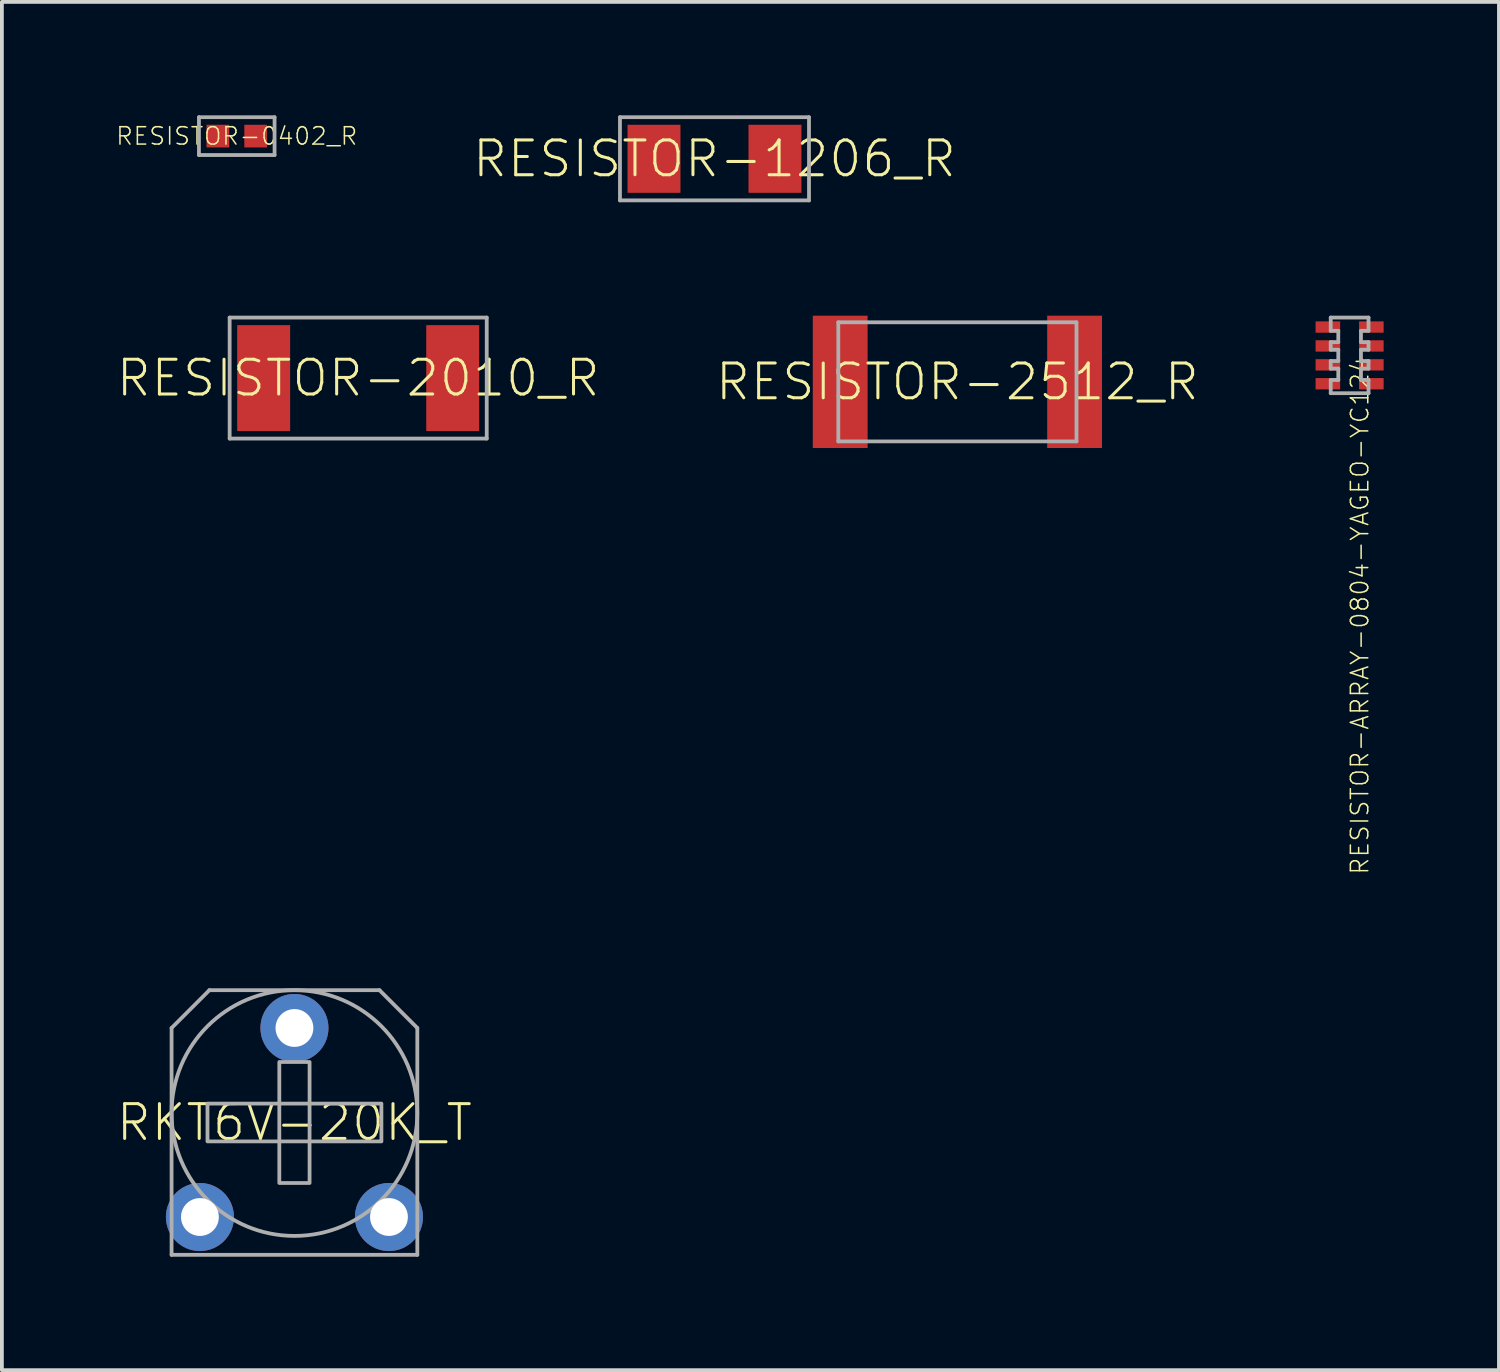
<source format=kicad_pcb>
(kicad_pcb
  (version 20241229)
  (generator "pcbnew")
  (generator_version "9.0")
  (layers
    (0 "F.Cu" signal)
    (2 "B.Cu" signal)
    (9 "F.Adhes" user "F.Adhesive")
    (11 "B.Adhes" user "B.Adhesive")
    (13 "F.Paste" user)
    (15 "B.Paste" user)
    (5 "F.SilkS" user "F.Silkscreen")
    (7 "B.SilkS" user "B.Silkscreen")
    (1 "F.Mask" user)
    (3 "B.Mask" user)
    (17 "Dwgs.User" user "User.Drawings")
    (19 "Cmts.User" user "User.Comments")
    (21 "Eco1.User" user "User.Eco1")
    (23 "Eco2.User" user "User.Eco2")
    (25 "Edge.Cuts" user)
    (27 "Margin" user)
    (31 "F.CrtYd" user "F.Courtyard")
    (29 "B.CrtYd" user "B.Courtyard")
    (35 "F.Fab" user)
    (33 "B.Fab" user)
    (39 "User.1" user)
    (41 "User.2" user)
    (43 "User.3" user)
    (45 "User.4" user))
  (footprint "RESISTOR-ARRAY-0804-YAGEO-YC124"
    (layer "F.Cu")
    (at 32.647 6.35)
    (property "Reference" "RESISTOR-ARRAY-0804-YAGEO-YC124" (at 0 0 90) (unlocked yes) (layer "F.SilkS") (effects (font (size 0.46 0.46) (thickness 0.04)) (justify right top)))
    (fp_poly (pts (xy -0.95 -0.95) (xy -0.95 -0.55) (xy -0.2 -0.55) (xy -0.2 -0.95)) (stroke (width 0) (type default)) (fill yes) (layer "F.Mask"))
    (fp_poly (pts (xy -0.95 -0.45) (xy -0.95 -0.05) (xy -0.2 -0.05) (xy -0.2 -0.45)) (stroke (width 0) (type default)) (fill yes) (layer "F.Mask"))
    (fp_poly (pts (xy -0.95 0.05) (xy -0.95 0.45) (xy -0.2 0.45) (xy -0.2 0.05)) (stroke (width 0) (type default)) (fill yes) (layer "F.Mask"))
    (fp_poly (pts (xy -0.95 0.55) (xy -0.95 0.95) (xy -0.2 0.95) (xy -0.2 0.55)) (stroke (width 0) (type default)) (fill yes) (layer "F.Mask"))
    (fp_poly (pts (xy 0.2 -0.95) (xy 0.2 -0.55) (xy 0.95 -0.55) (xy 0.95 -0.95)) (stroke (width 0) (type default)) (fill yes) (layer "F.Mask"))
    (fp_poly (pts (xy 0.2 -0.45) (xy 0.2 -0.05) (xy 0.95 -0.05) (xy 0.95 -0.45)) (stroke (width 0) (type default)) (fill yes) (layer "F.Mask"))
    (fp_poly (pts (xy 0.2 0.05) (xy 0.2 0.45) (xy 0.95 0.45) (xy 0.95 0.05)) (stroke (width 0) (type default)) (fill yes) (layer "F.Mask"))
    (fp_poly (pts (xy 0.2 0.55) (xy 0.2 0.95) (xy 0.95 0.95) (xy 0.95 0.55)) (stroke (width 0) (type default)) (fill yes) (layer "F.Mask"))
    (fp_poly (pts (xy -0.25 -0.6) (xy -0.9 -0.6) (xy -0.9 -0.9) (xy -0.25 -0.9)) (stroke (width 0) (type default)) (fill yes) (layer "F.Paste"))
    (fp_poly (pts (xy -0.25 -0.1) (xy -0.9 -0.1) (xy -0.9 -0.4) (xy -0.25 -0.4)) (stroke (width 0) (type default)) (fill yes) (layer "F.Paste"))
    (fp_poly (pts (xy -0.25 0.4) (xy -0.9 0.4) (xy -0.9 0.1) (xy -0.25 0.1)) (stroke (width 0) (type default)) (fill yes) (layer "F.Paste"))
    (fp_poly (pts (xy -0.25 0.9) (xy -0.9 0.9) (xy -0.9 0.6) (xy -0.25 0.6)) (stroke (width 0) (type default)) (fill yes) (layer "F.Paste"))
    (fp_poly (pts (xy 0.9 -0.6) (xy 0.25 -0.6) (xy 0.25 -0.9) (xy 0.9 -0.9)) (stroke (width 0) (type default)) (fill yes) (layer "F.Paste"))
    (fp_poly (pts (xy 0.9 -0.1) (xy 0.25 -0.1) (xy 0.25 -0.4) (xy 0.9 -0.4)) (stroke (width 0) (type default)) (fill yes) (layer "F.Paste"))
    (fp_poly (pts (xy 0.9 0.4) (xy 0.25 0.4) (xy 0.25 0.1) (xy 0.9 0.1)) (stroke (width 0) (type default)) (fill yes) (layer "F.Paste"))
    (fp_poly (pts (xy 0.9 0.9) (xy 0.25 0.9) (xy 0.25 0.6) (xy 0.9 0.6)) (stroke (width 0) (type default)) (fill yes) (layer "F.Paste"))
    (fp_line (start -0.5 -0.65) (end -0.5 -1) (stroke (width 0.1) (type solid)) (layer "F.Fab"))
    (fp_line (start -0.5 -0.65) (end -0.3 -0.65) (stroke (width 0.1) (type solid)) (layer "F.Fab"))
    (fp_line (start -0.5 -0.15) (end -0.5 -0.35) (stroke (width 0.1) (type solid)) (layer "F.Fab"))
    (fp_line (start -0.5 -0.15) (end -0.3 -0.15) (stroke (width 0.1) (type solid)) (layer "F.Fab"))
    (fp_line (start -0.5 0.35) (end -0.5 0.15) (stroke (width 0.1) (type solid)) (layer "F.Fab"))
    (fp_line (start -0.5 0.35) (end -0.3 0.35) (stroke (width 0.1) (type solid)) (layer "F.Fab"))
    (fp_line (start -0.5 0.65) (end -0.5 1) (stroke (width 0.1) (type solid)) (layer "F.Fab"))
    (fp_line (start -0.5 1) (end 0.5 1) (stroke (width 0.1) (type solid)) (layer "F.Fab"))
    (fp_line (start -0.3 -0.65) (end -0.3 -0.35) (stroke (width 0.1) (type solid)) (layer "F.Fab"))
    (fp_line (start -0.3 -0.35) (end -0.5 -0.35) (stroke (width 0.1) (type solid)) (layer "F.Fab"))
    (fp_line (start -0.3 -0.15) (end -0.3 0.15) (stroke (width 0.1) (type solid)) (layer "F.Fab"))
    (fp_line (start -0.3 0.15) (end -0.5 0.15) (stroke (width 0.1) (type solid)) (layer "F.Fab"))
    (fp_line (start -0.3 0.35) (end -0.3 0.65) (stroke (width 0.1) (type solid)) (layer "F.Fab"))
    (fp_line (start -0.3 0.65) (end -0.5 0.65) (stroke (width 0.1) (type solid)) (layer "F.Fab"))
    (fp_line (start 0.3 -0.65) (end 0.5 -0.65) (stroke (width 0.1) (type solid)) (layer "F.Fab"))
    (fp_line (start 0.3 -0.35) (end 0.3 -0.65) (stroke (width 0.1) (type solid)) (layer "F.Fab"))
    (fp_line (start 0.3 -0.15) (end 0.5 -0.15) (stroke (width 0.1) (type solid)) (layer "F.Fab"))
    (fp_line (start 0.3 0.15) (end 0.3 -0.15) (stroke (width 0.1) (type solid)) (layer "F.Fab"))
    (fp_line (start 0.3 0.35) (end 0.5 0.35) (stroke (width 0.1) (type solid)) (layer "F.Fab"))
    (fp_line (start 0.3 0.65) (end 0.3 0.35) (stroke (width 0.1) (type solid)) (layer "F.Fab"))
    (fp_line (start 0.5 -1) (end -0.5 -1) (stroke (width 0.1) (type solid)) (layer "F.Fab"))
    (fp_line (start 0.5 -0.65) (end 0.5 -1) (stroke (width 0.1) (type solid)) (layer "F.Fab"))
    (fp_line (start 0.5 -0.35) (end 0.3 -0.35) (stroke (width 0.1) (type solid)) (layer "F.Fab"))
    (fp_line (start 0.5 -0.35) (end 0.5 -0.15) (stroke (width 0.1) (type solid)) (layer "F.Fab"))
    (fp_line (start 0.5 0.15) (end 0.3 0.15) (stroke (width 0.1) (type solid)) (layer "F.Fab"))
    (fp_line (start 0.5 0.15) (end 0.5 0.35) (stroke (width 0.1) (type solid)) (layer "F.Fab"))
    (fp_line (start 0.5 0.65) (end 0.3 0.65) (stroke (width 0.1) (type solid)) (layer "F.Fab"))
    (fp_line (start 0.5 0.65) (end 0.5 1) (stroke (width 0.1) (type solid)) (layer "F.Fab"))
    (pad "1" smd rect (at -0.575 -0.75 270) (size 0.3 0.65) (layers "F.Cu"))
    (pad "2" smd rect (at -0.575 -0.25 270) (size 0.3 0.65) (layers "F.Cu"))
    (pad "3" smd rect (at -0.575 0.25 270) (size 0.3 0.65) (layers "F.Cu"))
    (pad "4" smd rect (at -0.575 0.75 270) (size 0.3 0.65) (layers "F.Cu"))
    (pad "5" smd rect (at 0.575 0.75 270) (size 0.3 0.65) (layers "F.Cu"))
    (pad "6" smd rect (at 0.575 0.25 270) (size 0.3 0.65) (layers "F.Cu"))
    (pad "7" smd rect (at 0.575 -0.25 270) (size 0.3 0.65) (layers "F.Cu"))
    (pad "8" smd rect (at 0.575 -0.75 270) (size 0.3 0.65) (layers "F.Cu")))
  (footprint "RKT6V-20K_T"
    (layer "F.Cu")
    (at 4.738 26.64)
    (property "Reference" "RKT6V-20K_T" (at 0 0 0) (unlocked yes) (layer "F.SilkS") (effects (font (size 0.92 0.92) (thickness 0.08))))
    (fp_line (start -3.25 -2.5) (end -2.25 -3.5) (stroke (width 0.1) (type solid)) (layer "F.Fab"))
    (fp_line (start -3.25 3.5) (end -3.25 -2.5) (stroke (width 0.1) (type solid)) (layer "F.Fab"))
    (fp_line (start -2.25 -3.5) (end 2.25 -3.5) (stroke (width 0.1) (type solid)) (layer "F.Fab"))
    (fp_line (start 2.25 -3.5) (end 3.25 -2.5) (stroke (width 0.1) (type solid)) (layer "F.Fab"))
    (fp_line (start 3.25 -2.5) (end 3.25 3.5) (stroke (width 0.1) (type solid)) (layer "F.Fab"))
    (fp_line (start 3.25 3.5) (end -3.25 3.5) (stroke (width 0.1) (type solid)) (layer "F.Fab"))
    (fp_circle (center 0 -0.25) (end 3.25 -0.25) (stroke (width 0.1) (type solid)) (fill no) (layer "F.Fab"))
    (fp_poly (pts (xy -2.3 0.5) (xy 2.3 0.5) (xy 2.3 -0.5) (xy -2.3 -0.5)) (stroke (width 0.1) (type default)) (fill no) (layer "F.Fab"))
    (fp_poly (pts (xy -0.4 1.6) (xy 0.4 1.6) (xy 0.4 -1.6) (xy -0.4 -1.6)) (stroke (width 0.1) (type default)) (fill no) (layer "F.Fab"))
    (pad "1" thru_hole circle (at -2.5 2.5) (size 1.8 1.8) (drill 1) (layers "*.Cu" "*.Mask"))
    (pad "2" thru_hole circle (at 0 -2.5) (size 1.8 1.8) (drill 1) (layers "*.Cu" "*.Mask"))
    (pad "3" thru_hole circle (at 2.5 2.5) (size 1.8 1.8) (drill 1) (layers "*.Cu" "*.Mask")))
  (footprint "RESISTOR-2010_R"
    (layer "F.Cu")
    (at 6.424 6.95)
    (property "Reference" "RESISTOR-2010_R" (at 0 0 0) (unlocked yes) (layer "F.SilkS") (effects (font (size 0.92 0.92) (thickness 0.08))))
    (fp_line (start -3.4 -1.6) (end 3.4 -1.6) (stroke (width 0.1) (type solid)) (layer "F.Fab"))
    (fp_line (start -3.4 1.6) (end -3.4 -1.6) (stroke (width 0.1) (type solid)) (layer "F.Fab"))
    (fp_line (start 3.4 -1.6) (end 3.4 1.6) (stroke (width 0.1) (type solid)) (layer "F.Fab"))
    (fp_line (start 3.4 1.6) (end -3.4 1.6) (stroke (width 0.1) (type solid)) (layer "F.Fab"))
    (pad "1" smd rect (at -2.5 0) (size 1.4 2.8) (layers "F.Cu" "F.Mask" "F.Paste"))
    (pad "2" smd rect (at 2.5 0) (size 1.4 2.8) (layers "F.Cu" "F.Mask" "F.Paste")))
  (footprint "RESISTOR-1206_R"
    (layer "F.Cu")
    (at 15.848 1.15)
    (property "Reference" "RESISTOR-1206_R" (at 0 0 0) (unlocked yes) (layer "F.SilkS") (effects (font (size 0.92 0.92) (thickness 0.08))))
    (fp_poly (pts (xy -0.9 0.9) (xy -2.3 0.9) (xy -2.3 -0.9) (xy -0.9 -0.9)) (stroke (width 0) (type default)) (fill yes) (layer "F.Paste"))
    (fp_poly (pts (xy 2.3 0.9) (xy 0.9 0.9) (xy 0.9 -0.9) (xy 2.3 -0.9)) (stroke (width 0) (type default)) (fill yes) (layer "F.Paste"))
    (fp_line (start -2.5 -1.1) (end 2.5 -1.1) (stroke (width 0.1) (type solid)) (layer "F.Fab"))
    (fp_line (start -2.5 1.1) (end -2.5 -1.1) (stroke (width 0.1) (type solid)) (layer "F.Fab"))
    (fp_line (start 2.5 -1.1) (end 2.5 1.1) (stroke (width 0.1) (type solid)) (layer "F.Fab"))
    (fp_line (start 2.5 1.1) (end -2.5 1.1) (stroke (width 0.1) (type solid)) (layer "F.Fab"))
    (pad "1" smd rect (at -1.6 0) (size 1.4 1.8) (layers "F.Cu" "F.Mask"))
    (pad "2" smd rect (at 1.6 0) (size 1.4 1.8) (layers "F.Cu" "F.Mask")))
  (footprint "RESISTOR-0402_R"
    (layer "F.Cu")
    (at 3.212 0.55)
    (property "Reference" "RESISTOR-0402_R" (at 0 0 0) (unlocked yes) (layer "F.SilkS") (effects (font (size 0.46 0.46) (thickness 0.04))))
    (fp_poly (pts (xy -0.2 0.3) (xy -0.8 0.3) (xy -0.8 -0.3) (xy -0.2 -0.3)) (stroke (width 0) (type default)) (fill yes) (layer "F.Paste"))
    (fp_poly (pts (xy 0.8 0.3) (xy 0.2 0.3) (xy 0.2 -0.3) (xy 0.8 -0.3)) (stroke (width 0) (type default)) (fill yes) (layer "F.Paste"))
    (fp_line (start -1 -0.5) (end 1 -0.5) (stroke (width 0.1) (type solid)) (layer "F.Fab"))
    (fp_line (start -1 0.5) (end -1 -0.5) (stroke (width 0.1) (type solid)) (layer "F.Fab"))
    (fp_line (start 1 -0.5) (end 1 0.5) (stroke (width 0.1) (type solid)) (layer "F.Fab"))
    (fp_line (start 1 0.5) (end -1 0.5) (stroke (width 0.1) (type solid)) (layer "F.Fab"))
    (pad "1" smd rect (at -0.5 0) (size 0.6 0.6) (layers "F.Cu" "F.Mask"))
    (pad "2" smd rect (at 0.5 0) (size 0.6 0.6) (layers "F.Cu" "F.Mask")))
  (footprint "RESISTOR-2512_R"
    (layer "F.Cu")
    (at 22.273 7.05)
    (property "Reference" "RESISTOR-2512_R" (at 0 0 0) (unlocked yes) (layer "F.SilkS") (effects (font (size 0.92 0.92) (thickness 0.08))))
    (fp_line (start -3.15 -1.575) (end 3.15 -1.575) (stroke (width 0.1) (type solid)) (layer "F.Fab"))
    (fp_line (start -3.15 1.575) (end -3.15 -1.575) (stroke (width 0.1) (type solid)) (layer "F.Fab"))
    (fp_line (start 3.15 -1.575) (end 3.15 1.575) (stroke (width 0.1) (type solid)) (layer "F.Fab"))
    (fp_line (start 3.15 1.575) (end -3.15 1.575) (stroke (width 0.1) (type solid)) (layer "F.Fab"))
    (pad "1" smd rect (at -3.1 0) (size 1.45 3.5) (layers "F.Cu" "F.Mask" "F.Paste"))
    (pad "2" smd rect (at 3.1 0) (size 1.45 3.5) (layers "F.Cu" "F.Mask" "F.Paste")))
  (gr_rect
    (start -3 -3)
    (end 36.597 33.19)
    (stroke (width 0.1) (type default))
    (fill no)
    (layer "Edge.Cuts")))
</source>
